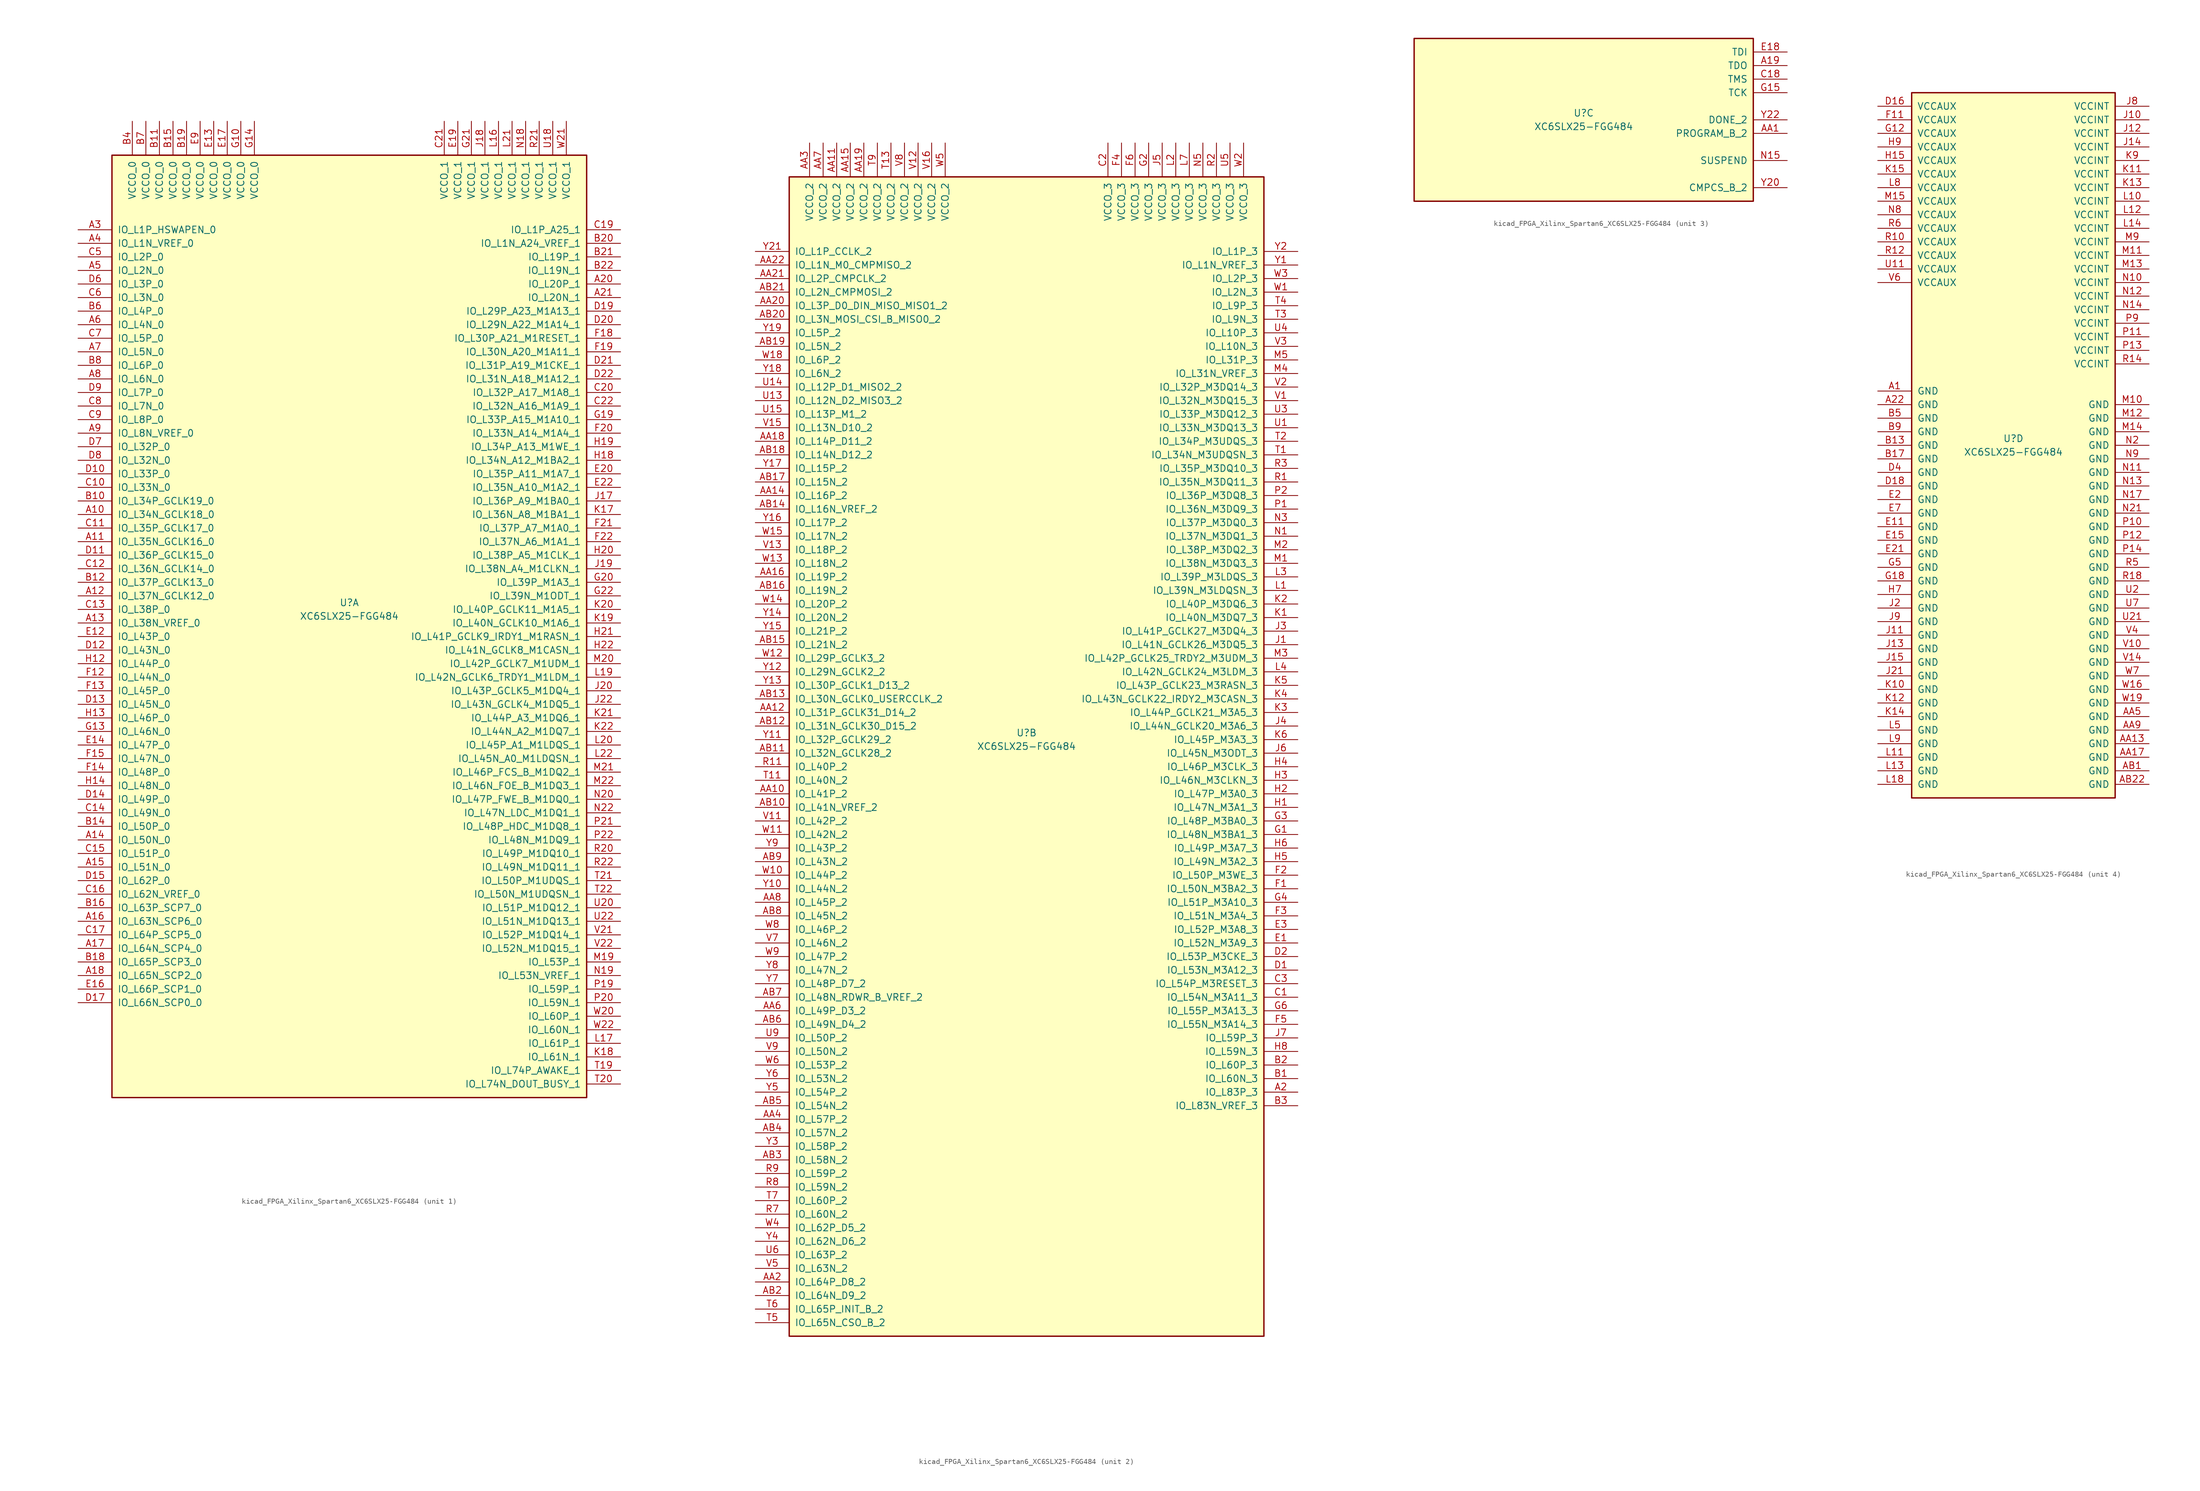
<source format=kicad_sym>
(kicad_symbol_lib
  (version 20220914)
  (generator kicad_symbol_editor)
  (symbol "kicad_FPGA_Xilinx_Spartan6_XC6SLX25-FGG484"
    (pin_names
      (offset 1.016))
    (property "Reference" "U"
      (at 0 1.27 0)
      (effects (font (size 1.27 1.27))))
    (property "Value" "XC6SLX25-FGG484"
      (at 0 -1.27 0)
      (effects (font (size 1.27 1.27))))
    (property "Datasheet" ""
      (at 0 0 0)
      (effects (font (size 1.27 1.27))))
    (property "ki_locked" ""
      (at 0 0 0)
      (effects (font (size 1.27 1.27))))
    (symbol "kicad_FPGA_Xilinx_Spartan6_XC6SLX25-FGG484_1_1"
      (rectangle (start -44.45 85.09) (end 44.45 -91.44) (stroke (width 0.254) (type default)) (fill (type background)))
      (pin bidirectional line (at -50.8 17.78 0) (length 6.35) (name "IO_L34N_GCLK18_0" (effects (font (size 1.27 1.27)))) (number "A10" (effects (font (size 1.27 1.27)))))
      (pin bidirectional line (at -50.8 12.7 0) (length 6.35) (name "IO_L35N_GCLK16_0" (effects (font (size 1.27 1.27)))) (number "A11" (effects (font (size 1.27 1.27)))))
      (pin bidirectional line (at -50.8 2.54 0) (length 6.35) (name "IO_L37N_GCLK12_0" (effects (font (size 1.27 1.27)))) (number "A12" (effects (font (size 1.27 1.27)))))
      (pin bidirectional line (at -50.8 -2.54 0) (length 6.35) (name "IO_L38N_VREF_0" (effects (font (size 1.27 1.27)))) (number "A13" (effects (font (size 1.27 1.27)))))
      (pin bidirectional line (at -50.8 -43.18 0) (length 6.35) (name "IO_L50N_0" (effects (font (size 1.27 1.27)))) (number "A14" (effects (font (size 1.27 1.27)))))
      (pin bidirectional line (at -50.8 -48.26 0) (length 6.35) (name "IO_L51N_0" (effects (font (size 1.27 1.27)))) (number "A15" (effects (font (size 1.27 1.27)))))
      (pin bidirectional line (at -50.8 -58.42 0) (length 6.35) (name "IO_L63N_SCP6_0" (effects (font (size 1.27 1.27)))) (number "A16" (effects (font (size 1.27 1.27)))))
      (pin bidirectional line (at -50.8 -63.5 0) (length 6.35) (name "IO_L64N_SCP4_0" (effects (font (size 1.27 1.27)))) (number "A17" (effects (font (size 1.27 1.27)))))
      (pin bidirectional line (at -50.8 -68.58 0) (length 6.35) (name "IO_L65N_SCP2_0" (effects (font (size 1.27 1.27)))) (number "A18" (effects (font (size 1.27 1.27)))))
      (pin bidirectional line (at 50.8 60.96 180) (length 6.35) (name "IO_L20P_1" (effects (font (size 1.27 1.27)))) (number "A20" (effects (font (size 1.27 1.27)))))
      (pin bidirectional line (at 50.8 58.42 180) (length 6.35) (name "IO_L20N_1" (effects (font (size 1.27 1.27)))) (number "A21" (effects (font (size 1.27 1.27)))))
      (pin bidirectional line (at -50.8 71.12 0) (length 6.35) (name "IO_L1P_HSWAPEN_0" (effects (font (size 1.27 1.27)))) (number "A3" (effects (font (size 1.27 1.27)))))
      (pin bidirectional line (at -50.8 68.58 0) (length 6.35) (name "IO_L1N_VREF_0" (effects (font (size 1.27 1.27)))) (number "A4" (effects (font (size 1.27 1.27)))))
      (pin bidirectional line (at -50.8 63.5 0) (length 6.35) (name "IO_L2N_0" (effects (font (size 1.27 1.27)))) (number "A5" (effects (font (size 1.27 1.27)))))
      (pin bidirectional line (at -50.8 53.34 0) (length 6.35) (name "IO_L4N_0" (effects (font (size 1.27 1.27)))) (number "A6" (effects (font (size 1.27 1.27)))))
      (pin bidirectional line (at -50.8 48.26 0) (length 6.35) (name "IO_L5N_0" (effects (font (size 1.27 1.27)))) (number "A7" (effects (font (size 1.27 1.27)))))
      (pin bidirectional line (at -50.8 43.18 0) (length 6.35) (name "IO_L6N_0" (effects (font (size 1.27 1.27)))) (number "A8" (effects (font (size 1.27 1.27)))))
      (pin bidirectional line (at -50.8 33.02 0) (length 6.35) (name "IO_L8N_VREF_0" (effects (font (size 1.27 1.27)))) (number "A9" (effects (font (size 1.27 1.27)))))
      (pin bidirectional line (at -50.8 20.32 0) (length 6.35) (name "IO_L34P_GCLK19_0" (effects (font (size 1.27 1.27)))) (number "B10" (effects (font (size 1.27 1.27)))))
      (pin power_in line (at -35.56 91.44 270) (length 6.35) (name "VCCO_0" (effects (font (size 1.27 1.27)))) (number "B11" (effects (font (size 1.27 1.27)))))
      (pin bidirectional line (at -50.8 5.08 0) (length 6.35) (name "IO_L37P_GCLK13_0" (effects (font (size 1.27 1.27)))) (number "B12" (effects (font (size 1.27 1.27)))))
      (pin bidirectional line (at -50.8 -40.64 0) (length 6.35) (name "IO_L50P_0" (effects (font (size 1.27 1.27)))) (number "B14" (effects (font (size 1.27 1.27)))))
      (pin power_in line (at -33.02 91.44 270) (length 6.35) (name "VCCO_0" (effects (font (size 1.27 1.27)))) (number "B15" (effects (font (size 1.27 1.27)))))
      (pin bidirectional line (at -50.8 -55.88 0) (length 6.35) (name "IO_L63P_SCP7_0" (effects (font (size 1.27 1.27)))) (number "B16" (effects (font (size 1.27 1.27)))))
      (pin bidirectional line (at -50.8 -66.04 0) (length 6.35) (name "IO_L65P_SCP3_0" (effects (font (size 1.27 1.27)))) (number "B18" (effects (font (size 1.27 1.27)))))
      (pin power_in line (at -30.48 91.44 270) (length 6.35) (name "VCCO_0" (effects (font (size 1.27 1.27)))) (number "B19" (effects (font (size 1.27 1.27)))))
      (pin bidirectional line (at 50.8 68.58 180) (length 6.35) (name "IO_L1N_A24_VREF_1" (effects (font (size 1.27 1.27)))) (number "B20" (effects (font (size 1.27 1.27)))))
      (pin bidirectional line (at 50.8 66.04 180) (length 6.35) (name "IO_L19P_1" (effects (font (size 1.27 1.27)))) (number "B21" (effects (font (size 1.27 1.27)))))
      (pin bidirectional line (at 50.8 63.5 180) (length 6.35) (name "IO_L19N_1" (effects (font (size 1.27 1.27)))) (number "B22" (effects (font (size 1.27 1.27)))))
      (pin power_in line (at -40.64 91.44 270) (length 6.35) (name "VCCO_0" (effects (font (size 1.27 1.27)))) (number "B4" (effects (font (size 1.27 1.27)))))
      (pin bidirectional line (at -50.8 55.88 0) (length 6.35) (name "IO_L4P_0" (effects (font (size 1.27 1.27)))) (number "B6" (effects (font (size 1.27 1.27)))))
      (pin power_in line (at -38.1 91.44 270) (length 6.35) (name "VCCO_0" (effects (font (size 1.27 1.27)))) (number "B7" (effects (font (size 1.27 1.27)))))
      (pin bidirectional line (at -50.8 45.72 0) (length 6.35) (name "IO_L6P_0" (effects (font (size 1.27 1.27)))) (number "B8" (effects (font (size 1.27 1.27)))))
      (pin bidirectional line (at -50.8 22.86 0) (length 6.35) (name "IO_L33N_0" (effects (font (size 1.27 1.27)))) (number "C10" (effects (font (size 1.27 1.27)))))
      (pin bidirectional line (at -50.8 15.24 0) (length 6.35) (name "IO_L35P_GCLK17_0" (effects (font (size 1.27 1.27)))) (number "C11" (effects (font (size 1.27 1.27)))))
      (pin bidirectional line (at -50.8 7.62 0) (length 6.35) (name "IO_L36N_GCLK14_0" (effects (font (size 1.27 1.27)))) (number "C12" (effects (font (size 1.27 1.27)))))
      (pin bidirectional line (at -50.8 0 0) (length 6.35) (name "IO_L38P_0" (effects (font (size 1.27 1.27)))) (number "C13" (effects (font (size 1.27 1.27)))))
      (pin bidirectional line (at -50.8 -38.1 0) (length 6.35) (name "IO_L49N_0" (effects (font (size 1.27 1.27)))) (number "C14" (effects (font (size 1.27 1.27)))))
      (pin bidirectional line (at -50.8 -45.72 0) (length 6.35) (name "IO_L51P_0" (effects (font (size 1.27 1.27)))) (number "C15" (effects (font (size 1.27 1.27)))))
      (pin bidirectional line (at -50.8 -53.34 0) (length 6.35) (name "IO_L62N_VREF_0" (effects (font (size 1.27 1.27)))) (number "C16" (effects (font (size 1.27 1.27)))))
      (pin bidirectional line (at -50.8 -60.96 0) (length 6.35) (name "IO_L64P_SCP5_0" (effects (font (size 1.27 1.27)))) (number "C17" (effects (font (size 1.27 1.27)))))
      (pin bidirectional line (at 50.8 71.12 180) (length 6.35) (name "IO_L1P_A25_1" (effects (font (size 1.27 1.27)))) (number "C19" (effects (font (size 1.27 1.27)))))
      (pin bidirectional line (at 50.8 40.64 180) (length 6.35) (name "IO_L32P_A17_M1A8_1" (effects (font (size 1.27 1.27)))) (number "C20" (effects (font (size 1.27 1.27)))))
      (pin power_in line (at 17.78 91.44 270) (length 6.35) (name "VCCO_1" (effects (font (size 1.27 1.27)))) (number "C21" (effects (font (size 1.27 1.27)))))
      (pin bidirectional line (at 50.8 38.1 180) (length 6.35) (name "IO_L32N_A16_M1A9_1" (effects (font (size 1.27 1.27)))) (number "C22" (effects (font (size 1.27 1.27)))))
      (pin bidirectional line (at -50.8 66.04 0) (length 6.35) (name "IO_L2P_0" (effects (font (size 1.27 1.27)))) (number "C5" (effects (font (size 1.27 1.27)))))
      (pin bidirectional line (at -50.8 58.42 0) (length 6.35) (name "IO_L3N_0" (effects (font (size 1.27 1.27)))) (number "C6" (effects (font (size 1.27 1.27)))))
      (pin bidirectional line (at -50.8 50.8 0) (length 6.35) (name "IO_L5P_0" (effects (font (size 1.27 1.27)))) (number "C7" (effects (font (size 1.27 1.27)))))
      (pin bidirectional line (at -50.8 38.1 0) (length 6.35) (name "IO_L7N_0" (effects (font (size 1.27 1.27)))) (number "C8" (effects (font (size 1.27 1.27)))))
      (pin bidirectional line (at -50.8 35.56 0) (length 6.35) (name "IO_L8P_0" (effects (font (size 1.27 1.27)))) (number "C9" (effects (font (size 1.27 1.27)))))
      (pin bidirectional line (at -50.8 25.4 0) (length 6.35) (name "IO_L33P_0" (effects (font (size 1.27 1.27)))) (number "D10" (effects (font (size 1.27 1.27)))))
      (pin bidirectional line (at -50.8 10.16 0) (length 6.35) (name "IO_L36P_GCLK15_0" (effects (font (size 1.27 1.27)))) (number "D11" (effects (font (size 1.27 1.27)))))
      (pin bidirectional line (at -50.8 -7.62 0) (length 6.35) (name "IO_L43N_0" (effects (font (size 1.27 1.27)))) (number "D12" (effects (font (size 1.27 1.27)))))
      (pin bidirectional line (at -50.8 -17.78 0) (length 6.35) (name "IO_L45N_0" (effects (font (size 1.27 1.27)))) (number "D13" (effects (font (size 1.27 1.27)))))
      (pin bidirectional line (at -50.8 -35.56 0) (length 6.35) (name "IO_L49P_0" (effects (font (size 1.27 1.27)))) (number "D14" (effects (font (size 1.27 1.27)))))
      (pin bidirectional line (at -50.8 -50.8 0) (length 6.35) (name "IO_L62P_0" (effects (font (size 1.27 1.27)))) (number "D15" (effects (font (size 1.27 1.27)))))
      (pin bidirectional line (at -50.8 -73.66 0) (length 6.35) (name "IO_L66N_SCP0_0" (effects (font (size 1.27 1.27)))) (number "D17" (effects (font (size 1.27 1.27)))))
      (pin bidirectional line (at 50.8 55.88 180) (length 6.35) (name "IO_L29P_A23_M1A13_1" (effects (font (size 1.27 1.27)))) (number "D19" (effects (font (size 1.27 1.27)))))
      (pin bidirectional line (at 50.8 53.34 180) (length 6.35) (name "IO_L29N_A22_M1A14_1" (effects (font (size 1.27 1.27)))) (number "D20" (effects (font (size 1.27 1.27)))))
      (pin bidirectional line (at 50.8 45.72 180) (length 6.35) (name "IO_L31P_A19_M1CKE_1" (effects (font (size 1.27 1.27)))) (number "D21" (effects (font (size 1.27 1.27)))))
      (pin bidirectional line (at 50.8 43.18 180) (length 6.35) (name "IO_L31N_A18_M1A12_1" (effects (font (size 1.27 1.27)))) (number "D22" (effects (font (size 1.27 1.27)))))
      (pin bidirectional line (at -50.8 60.96 0) (length 6.35) (name "IO_L3P_0" (effects (font (size 1.27 1.27)))) (number "D6" (effects (font (size 1.27 1.27)))))
      (pin bidirectional line (at -50.8 30.48 0) (length 6.35) (name "IO_L32P_0" (effects (font (size 1.27 1.27)))) (number "D7" (effects (font (size 1.27 1.27)))))
      (pin bidirectional line (at -50.8 27.94 0) (length 6.35) (name "IO_L32N_0" (effects (font (size 1.27 1.27)))) (number "D8" (effects (font (size 1.27 1.27)))))
      (pin bidirectional line (at -50.8 40.64 0) (length 6.35) (name "IO_L7P_0" (effects (font (size 1.27 1.27)))) (number "D9" (effects (font (size 1.27 1.27)))))
      (pin bidirectional line (at -50.8 -5.08 0) (length 6.35) (name "IO_L43P_0" (effects (font (size 1.27 1.27)))) (number "E12" (effects (font (size 1.27 1.27)))))
      (pin power_in line (at -25.4 91.44 270) (length 6.35) (name "VCCO_0" (effects (font (size 1.27 1.27)))) (number "E13" (effects (font (size 1.27 1.27)))))
      (pin bidirectional line (at -50.8 -25.4 0) (length 6.35) (name "IO_L47P_0" (effects (font (size 1.27 1.27)))) (number "E14" (effects (font (size 1.27 1.27)))))
      (pin bidirectional line (at -50.8 -71.12 0) (length 6.35) (name "IO_L66P_SCP1_0" (effects (font (size 1.27 1.27)))) (number "E16" (effects (font (size 1.27 1.27)))))
      (pin power_in line (at -22.86 91.44 270) (length 6.35) (name "VCCO_0" (effects (font (size 1.27 1.27)))) (number "E17" (effects (font (size 1.27 1.27)))))
      (pin power_in line (at 20.32 91.44 270) (length 6.35) (name "VCCO_1" (effects (font (size 1.27 1.27)))) (number "E19" (effects (font (size 1.27 1.27)))))
      (pin bidirectional line (at 50.8 25.4 180) (length 6.35) (name "IO_L35P_A11_M1A7_1" (effects (font (size 1.27 1.27)))) (number "E20" (effects (font (size 1.27 1.27)))))
      (pin bidirectional line (at 50.8 22.86 180) (length 6.35) (name "IO_L35N_A10_M1A2_1" (effects (font (size 1.27 1.27)))) (number "E22" (effects (font (size 1.27 1.27)))))
      (pin power_in line (at -27.94 91.44 270) (length 6.35) (name "VCCO_0" (effects (font (size 1.27 1.27)))) (number "E9" (effects (font (size 1.27 1.27)))))
      (pin bidirectional line (at -50.8 -12.7 0) (length 6.35) (name "IO_L44N_0" (effects (font (size 1.27 1.27)))) (number "F12" (effects (font (size 1.27 1.27)))))
      (pin bidirectional line (at -50.8 -15.24 0) (length 6.35) (name "IO_L45P_0" (effects (font (size 1.27 1.27)))) (number "F13" (effects (font (size 1.27 1.27)))))
      (pin bidirectional line (at -50.8 -30.48 0) (length 6.35) (name "IO_L48P_0" (effects (font (size 1.27 1.27)))) (number "F14" (effects (font (size 1.27 1.27)))))
      (pin bidirectional line (at -50.8 -27.94 0) (length 6.35) (name "IO_L47N_0" (effects (font (size 1.27 1.27)))) (number "F15" (effects (font (size 1.27 1.27)))))
      (pin bidirectional line (at 50.8 50.8 180) (length 6.35) (name "IO_L30P_A21_M1RESET_1" (effects (font (size 1.27 1.27)))) (number "F18" (effects (font (size 1.27 1.27)))))
      (pin bidirectional line (at 50.8 48.26 180) (length 6.35) (name "IO_L30N_A20_M1A11_1" (effects (font (size 1.27 1.27)))) (number "F19" (effects (font (size 1.27 1.27)))))
      (pin bidirectional line (at 50.8 33.02 180) (length 6.35) (name "IO_L33N_A14_M1A4_1" (effects (font (size 1.27 1.27)))) (number "F20" (effects (font (size 1.27 1.27)))))
      (pin bidirectional line (at 50.8 15.24 180) (length 6.35) (name "IO_L37P_A7_M1A0_1" (effects (font (size 1.27 1.27)))) (number "F21" (effects (font (size 1.27 1.27)))))
      (pin bidirectional line (at 50.8 12.7 180) (length 6.35) (name "IO_L37N_A6_M1A1_1" (effects (font (size 1.27 1.27)))) (number "F22" (effects (font (size 1.27 1.27)))))
      (pin power_in line (at -20.32 91.44 270) (length 6.35) (name "VCCO_0" (effects (font (size 1.27 1.27)))) (number "G10" (effects (font (size 1.27 1.27)))))
      (pin bidirectional line (at -50.8 -22.86 0) (length 6.35) (name "IO_L46N_0" (effects (font (size 1.27 1.27)))) (number "G13" (effects (font (size 1.27 1.27)))))
      (pin power_in line (at -17.78 91.44 270) (length 6.35) (name "VCCO_0" (effects (font (size 1.27 1.27)))) (number "G14" (effects (font (size 1.27 1.27)))))
      (pin bidirectional line (at 50.8 35.56 180) (length 6.35) (name "IO_L33P_A15_M1A10_1" (effects (font (size 1.27 1.27)))) (number "G19" (effects (font (size 1.27 1.27)))))
      (pin bidirectional line (at 50.8 5.08 180) (length 6.35) (name "IO_L39P_M1A3_1" (effects (font (size 1.27 1.27)))) (number "G20" (effects (font (size 1.27 1.27)))))
      (pin power_in line (at 22.86 91.44 270) (length 6.35) (name "VCCO_1" (effects (font (size 1.27 1.27)))) (number "G21" (effects (font (size 1.27 1.27)))))
      (pin bidirectional line (at 50.8 2.54 180) (length 6.35) (name "IO_L39N_M1ODT_1" (effects (font (size 1.27 1.27)))) (number "G22" (effects (font (size 1.27 1.27)))))
      (pin bidirectional line (at -50.8 -10.16 0) (length 6.35) (name "IO_L44P_0" (effects (font (size 1.27 1.27)))) (number "H12" (effects (font (size 1.27 1.27)))))
      (pin bidirectional line (at -50.8 -20.32 0) (length 6.35) (name "IO_L46P_0" (effects (font (size 1.27 1.27)))) (number "H13" (effects (font (size 1.27 1.27)))))
      (pin bidirectional line (at -50.8 -33.02 0) (length 6.35) (name "IO_L48N_0" (effects (font (size 1.27 1.27)))) (number "H14" (effects (font (size 1.27 1.27)))))
      (pin bidirectional line (at 50.8 27.94 180) (length 6.35) (name "IO_L34N_A12_M1BA2_1" (effects (font (size 1.27 1.27)))) (number "H18" (effects (font (size 1.27 1.27)))))
      (pin bidirectional line (at 50.8 30.48 180) (length 6.35) (name "IO_L34P_A13_M1WE_1" (effects (font (size 1.27 1.27)))) (number "H19" (effects (font (size 1.27 1.27)))))
      (pin bidirectional line (at 50.8 10.16 180) (length 6.35) (name "IO_L38P_A5_M1CLK_1" (effects (font (size 1.27 1.27)))) (number "H20" (effects (font (size 1.27 1.27)))))
      (pin bidirectional line (at 50.8 -5.08 180) (length 6.35) (name "IO_L41P_GCLK9_IRDY1_M1RASN_1" (effects (font (size 1.27 1.27)))) (number "H21" (effects (font (size 1.27 1.27)))))
      (pin bidirectional line (at 50.8 -7.62 180) (length 6.35) (name "IO_L41N_GCLK8_M1CASN_1" (effects (font (size 1.27 1.27)))) (number "H22" (effects (font (size 1.27 1.27)))))
      (pin bidirectional line (at 50.8 20.32 180) (length 6.35) (name "IO_L36P_A9_M1BA0_1" (effects (font (size 1.27 1.27)))) (number "J17" (effects (font (size 1.27 1.27)))))
      (pin power_in line (at 25.4 91.44 270) (length 6.35) (name "VCCO_1" (effects (font (size 1.27 1.27)))) (number "J18" (effects (font (size 1.27 1.27)))))
      (pin bidirectional line (at 50.8 7.62 180) (length 6.35) (name "IO_L38N_A4_M1CLKN_1" (effects (font (size 1.27 1.27)))) (number "J19" (effects (font (size 1.27 1.27)))))
      (pin bidirectional line (at 50.8 -15.24 180) (length 6.35) (name "IO_L43P_GCLK5_M1DQ4_1" (effects (font (size 1.27 1.27)))) (number "J20" (effects (font (size 1.27 1.27)))))
      (pin bidirectional line (at 50.8 -17.78 180) (length 6.35) (name "IO_L43N_GCLK4_M1DQ5_1" (effects (font (size 1.27 1.27)))) (number "J22" (effects (font (size 1.27 1.27)))))
      (pin bidirectional line (at 50.8 17.78 180) (length 6.35) (name "IO_L36N_A8_M1BA1_1" (effects (font (size 1.27 1.27)))) (number "K17" (effects (font (size 1.27 1.27)))))
      (pin bidirectional line (at 50.8 -83.82 180) (length 6.35) (name "IO_L61N_1" (effects (font (size 1.27 1.27)))) (number "K18" (effects (font (size 1.27 1.27)))))
      (pin bidirectional line (at 50.8 -2.54 180) (length 6.35) (name "IO_L40N_GCLK10_M1A6_1" (effects (font (size 1.27 1.27)))) (number "K19" (effects (font (size 1.27 1.27)))))
      (pin bidirectional line (at 50.8 0 180) (length 6.35) (name "IO_L40P_GCLK11_M1A5_1" (effects (font (size 1.27 1.27)))) (number "K20" (effects (font (size 1.27 1.27)))))
      (pin bidirectional line (at 50.8 -20.32 180) (length 6.35) (name "IO_L44P_A3_M1DQ6_1" (effects (font (size 1.27 1.27)))) (number "K21" (effects (font (size 1.27 1.27)))))
      (pin bidirectional line (at 50.8 -22.86 180) (length 6.35) (name "IO_L44N_A2_M1DQ7_1" (effects (font (size 1.27 1.27)))) (number "K22" (effects (font (size 1.27 1.27)))))
      (pin power_in line (at 27.94 91.44 270) (length 6.35) (name "VCCO_1" (effects (font (size 1.27 1.27)))) (number "L16" (effects (font (size 1.27 1.27)))))
      (pin bidirectional line (at 50.8 -81.28 180) (length 6.35) (name "IO_L61P_1" (effects (font (size 1.27 1.27)))) (number "L17" (effects (font (size 1.27 1.27)))))
      (pin bidirectional line (at 50.8 -12.7 180) (length 6.35) (name "IO_L42N_GCLK6_TRDY1_M1LDM_1" (effects (font (size 1.27 1.27)))) (number "L19" (effects (font (size 1.27 1.27)))))
      (pin bidirectional line (at 50.8 -25.4 180) (length 6.35) (name "IO_L45P_A1_M1LDQS_1" (effects (font (size 1.27 1.27)))) (number "L20" (effects (font (size 1.27 1.27)))))
      (pin power_in line (at 30.48 91.44 270) (length 6.35) (name "VCCO_1" (effects (font (size 1.27 1.27)))) (number "L21" (effects (font (size 1.27 1.27)))))
      (pin bidirectional line (at 50.8 -27.94 180) (length 6.35) (name "IO_L45N_A0_M1LDQSN_1" (effects (font (size 1.27 1.27)))) (number "L22" (effects (font (size 1.27 1.27)))))
      (pin bidirectional line (at 50.8 -66.04 180) (length 6.35) (name "IO_L53P_1" (effects (font (size 1.27 1.27)))) (number "M19" (effects (font (size 1.27 1.27)))))
      (pin bidirectional line (at 50.8 -10.16 180) (length 6.35) (name "IO_L42P_GCLK7_M1UDM_1" (effects (font (size 1.27 1.27)))) (number "M20" (effects (font (size 1.27 1.27)))))
      (pin bidirectional line (at 50.8 -30.48 180) (length 6.35) (name "IO_L46P_FCS_B_M1DQ2_1" (effects (font (size 1.27 1.27)))) (number "M21" (effects (font (size 1.27 1.27)))))
      (pin bidirectional line (at 50.8 -33.02 180) (length 6.35) (name "IO_L46N_FOE_B_M1DQ3_1" (effects (font (size 1.27 1.27)))) (number "M22" (effects (font (size 1.27 1.27)))))
      (pin power_in line (at 33.02 91.44 270) (length 6.35) (name "VCCO_1" (effects (font (size 1.27 1.27)))) (number "N18" (effects (font (size 1.27 1.27)))))
      (pin bidirectional line (at 50.8 -68.58 180) (length 6.35) (name "IO_L53N_VREF_1" (effects (font (size 1.27 1.27)))) (number "N19" (effects (font (size 1.27 1.27)))))
      (pin bidirectional line (at 50.8 -35.56 180) (length 6.35) (name "IO_L47P_FWE_B_M1DQ0_1" (effects (font (size 1.27 1.27)))) (number "N20" (effects (font (size 1.27 1.27)))))
      (pin bidirectional line (at 50.8 -38.1 180) (length 6.35) (name "IO_L47N_LDC_M1DQ1_1" (effects (font (size 1.27 1.27)))) (number "N22" (effects (font (size 1.27 1.27)))))
      (pin bidirectional line (at 50.8 -71.12 180) (length 6.35) (name "IO_L59P_1" (effects (font (size 1.27 1.27)))) (number "P19" (effects (font (size 1.27 1.27)))))
      (pin bidirectional line (at 50.8 -73.66 180) (length 6.35) (name "IO_L59N_1" (effects (font (size 1.27 1.27)))) (number "P20" (effects (font (size 1.27 1.27)))))
      (pin bidirectional line (at 50.8 -40.64 180) (length 6.35) (name "IO_L48P_HDC_M1DQ8_1" (effects (font (size 1.27 1.27)))) (number "P21" (effects (font (size 1.27 1.27)))))
      (pin bidirectional line (at 50.8 -43.18 180) (length 6.35) (name "IO_L48N_M1DQ9_1" (effects (font (size 1.27 1.27)))) (number "P22" (effects (font (size 1.27 1.27)))))
      (pin bidirectional line (at 50.8 -45.72 180) (length 6.35) (name "IO_L49P_M1DQ10_1" (effects (font (size 1.27 1.27)))) (number "R20" (effects (font (size 1.27 1.27)))))
      (pin power_in line (at 35.56 91.44 270) (length 6.35) (name "VCCO_1" (effects (font (size 1.27 1.27)))) (number "R21" (effects (font (size 1.27 1.27)))))
      (pin bidirectional line (at 50.8 -48.26 180) (length 6.35) (name "IO_L49N_M1DQ11_1" (effects (font (size 1.27 1.27)))) (number "R22" (effects (font (size 1.27 1.27)))))
      (pin bidirectional line (at 50.8 -86.36 180) (length 6.35) (name "IO_L74P_AWAKE_1" (effects (font (size 1.27 1.27)))) (number "T19" (effects (font (size 1.27 1.27)))))
      (pin bidirectional line (at 50.8 -88.9 180) (length 6.35) (name "IO_L74N_DOUT_BUSY_1" (effects (font (size 1.27 1.27)))) (number "T20" (effects (font (size 1.27 1.27)))))
      (pin bidirectional line (at 50.8 -50.8 180) (length 6.35) (name "IO_L50P_M1UDQS_1" (effects (font (size 1.27 1.27)))) (number "T21" (effects (font (size 1.27 1.27)))))
      (pin bidirectional line (at 50.8 -53.34 180) (length 6.35) (name "IO_L50N_M1UDQSN_1" (effects (font (size 1.27 1.27)))) (number "T22" (effects (font (size 1.27 1.27)))))
      (pin power_in line (at 38.1 91.44 270) (length 6.35) (name "VCCO_1" (effects (font (size 1.27 1.27)))) (number "U18" (effects (font (size 1.27 1.27)))))
      (pin bidirectional line (at 50.8 -55.88 180) (length 6.35) (name "IO_L51P_M1DQ12_1" (effects (font (size 1.27 1.27)))) (number "U20" (effects (font (size 1.27 1.27)))))
      (pin bidirectional line (at 50.8 -58.42 180) (length 6.35) (name "IO_L51N_M1DQ13_1" (effects (font (size 1.27 1.27)))) (number "U22" (effects (font (size 1.27 1.27)))))
      (pin bidirectional line (at 50.8 -60.96 180) (length 6.35) (name "IO_L52P_M1DQ14_1" (effects (font (size 1.27 1.27)))) (number "V21" (effects (font (size 1.27 1.27)))))
      (pin bidirectional line (at 50.8 -63.5 180) (length 6.35) (name "IO_L52N_M1DQ15_1" (effects (font (size 1.27 1.27)))) (number "V22" (effects (font (size 1.27 1.27)))))
      (pin bidirectional line (at 50.8 -76.2 180) (length 6.35) (name "IO_L60P_1" (effects (font (size 1.27 1.27)))) (number "W20" (effects (font (size 1.27 1.27)))))
      (pin power_in line (at 40.64 91.44 270) (length 6.35) (name "VCCO_1" (effects (font (size 1.27 1.27)))) (number "W21" (effects (font (size 1.27 1.27)))))
      (pin bidirectional line (at 50.8 -78.74 180) (length 6.35) (name "IO_L60N_1" (effects (font (size 1.27 1.27)))) (number "W22" (effects (font (size 1.27 1.27))))))
    (symbol "kicad_FPGA_Xilinx_Spartan6_XC6SLX25-FGG484_2_1"
      (rectangle (start -44.45 105.41) (end 44.45 -111.76) (stroke (width 0.254) (type default)) (fill (type background)))
      (pin bidirectional line (at 50.8 -66.04 180) (length 6.35) (name "IO_L83P_3" (effects (font (size 1.27 1.27)))) (number "A2" (effects (font (size 1.27 1.27)))))
      (pin bidirectional line (at -50.8 -10.16 0) (length 6.35) (name "IO_L41P_2" (effects (font (size 1.27 1.27)))) (number "AA10" (effects (font (size 1.27 1.27)))))
      (pin power_in line (at -35.56 111.76 270) (length 6.35) (name "VCCO_2" (effects (font (size 1.27 1.27)))) (number "AA11" (effects (font (size 1.27 1.27)))))
      (pin bidirectional line (at -50.8 5.08 0) (length 6.35) (name "IO_L31P_GCLK31_D14_2" (effects (font (size 1.27 1.27)))) (number "AA12" (effects (font (size 1.27 1.27)))))
      (pin bidirectional line (at -50.8 45.72 0) (length 6.35) (name "IO_L16P_2" (effects (font (size 1.27 1.27)))) (number "AA14" (effects (font (size 1.27 1.27)))))
      (pin power_in line (at -33.02 111.76 270) (length 6.35) (name "VCCO_2" (effects (font (size 1.27 1.27)))) (number "AA15" (effects (font (size 1.27 1.27)))))
      (pin bidirectional line (at -50.8 30.48 0) (length 6.35) (name "IO_L19P_2" (effects (font (size 1.27 1.27)))) (number "AA16" (effects (font (size 1.27 1.27)))))
      (pin bidirectional line (at -50.8 55.88 0) (length 6.35) (name "IO_L14P_D11_2" (effects (font (size 1.27 1.27)))) (number "AA18" (effects (font (size 1.27 1.27)))))
      (pin power_in line (at -30.48 111.76 270) (length 6.35) (name "VCCO_2" (effects (font (size 1.27 1.27)))) (number "AA19" (effects (font (size 1.27 1.27)))))
      (pin bidirectional line (at -50.8 -101.6 0) (length 6.35) (name "IO_L64P_D8_2" (effects (font (size 1.27 1.27)))) (number "AA2" (effects (font (size 1.27 1.27)))))
      (pin bidirectional line (at -50.8 81.28 0) (length 6.35) (name "IO_L3P_D0_DIN_MISO_MISO1_2" (effects (font (size 1.27 1.27)))) (number "AA20" (effects (font (size 1.27 1.27)))))
      (pin bidirectional line (at -50.8 86.36 0) (length 6.35) (name "IO_L2P_CMPCLK_2" (effects (font (size 1.27 1.27)))) (number "AA21" (effects (font (size 1.27 1.27)))))
      (pin bidirectional line (at -50.8 88.9 0) (length 6.35) (name "IO_L1N_M0_CMPMISO_2" (effects (font (size 1.27 1.27)))) (number "AA22" (effects (font (size 1.27 1.27)))))
      (pin power_in line (at -40.64 111.76 270) (length 6.35) (name "VCCO_2" (effects (font (size 1.27 1.27)))) (number "AA3" (effects (font (size 1.27 1.27)))))
      (pin bidirectional line (at -50.8 -71.12 0) (length 6.35) (name "IO_L57P_2" (effects (font (size 1.27 1.27)))) (number "AA4" (effects (font (size 1.27 1.27)))))
      (pin bidirectional line (at -50.8 -50.8 0) (length 6.35) (name "IO_L49P_D3_2" (effects (font (size 1.27 1.27)))) (number "AA6" (effects (font (size 1.27 1.27)))))
      (pin power_in line (at -38.1 111.76 270) (length 6.35) (name "VCCO_2" (effects (font (size 1.27 1.27)))) (number "AA7" (effects (font (size 1.27 1.27)))))
      (pin bidirectional line (at -50.8 -30.48 0) (length 6.35) (name "IO_L45P_2" (effects (font (size 1.27 1.27)))) (number "AA8" (effects (font (size 1.27 1.27)))))
      (pin bidirectional line (at -50.8 -12.7 0) (length 6.35) (name "IO_L41N_VREF_2" (effects (font (size 1.27 1.27)))) (number "AB10" (effects (font (size 1.27 1.27)))))
      (pin bidirectional line (at -50.8 -2.54 0) (length 6.35) (name "IO_L32N_GCLK28_2" (effects (font (size 1.27 1.27)))) (number "AB11" (effects (font (size 1.27 1.27)))))
      (pin bidirectional line (at -50.8 2.54 0) (length 6.35) (name "IO_L31N_GCLK30_D15_2" (effects (font (size 1.27 1.27)))) (number "AB12" (effects (font (size 1.27 1.27)))))
      (pin bidirectional line (at -50.8 7.62 0) (length 6.35) (name "IO_L30N_GCLK0_USERCCLK_2" (effects (font (size 1.27 1.27)))) (number "AB13" (effects (font (size 1.27 1.27)))))
      (pin bidirectional line (at -50.8 43.18 0) (length 6.35) (name "IO_L16N_VREF_2" (effects (font (size 1.27 1.27)))) (number "AB14" (effects (font (size 1.27 1.27)))))
      (pin bidirectional line (at -50.8 17.78 0) (length 6.35) (name "IO_L21N_2" (effects (font (size 1.27 1.27)))) (number "AB15" (effects (font (size 1.27 1.27)))))
      (pin bidirectional line (at -50.8 27.94 0) (length 6.35) (name "IO_L19N_2" (effects (font (size 1.27 1.27)))) (number "AB16" (effects (font (size 1.27 1.27)))))
      (pin bidirectional line (at -50.8 48.26 0) (length 6.35) (name "IO_L15N_2" (effects (font (size 1.27 1.27)))) (number "AB17" (effects (font (size 1.27 1.27)))))
      (pin bidirectional line (at -50.8 53.34 0) (length 6.35) (name "IO_L14N_D12_2" (effects (font (size 1.27 1.27)))) (number "AB18" (effects (font (size 1.27 1.27)))))
      (pin bidirectional line (at -50.8 73.66 0) (length 6.35) (name "IO_L5N_2" (effects (font (size 1.27 1.27)))) (number "AB19" (effects (font (size 1.27 1.27)))))
      (pin bidirectional line (at -50.8 -104.14 0) (length 6.35) (name "IO_L64N_D9_2" (effects (font (size 1.27 1.27)))) (number "AB2" (effects (font (size 1.27 1.27)))))
      (pin bidirectional line (at -50.8 78.74 0) (length 6.35) (name "IO_L3N_MOSI_CSI_B_MISO0_2" (effects (font (size 1.27 1.27)))) (number "AB20" (effects (font (size 1.27 1.27)))))
      (pin bidirectional line (at -50.8 83.82 0) (length 6.35) (name "IO_L2N_CMPMOSI_2" (effects (font (size 1.27 1.27)))) (number "AB21" (effects (font (size 1.27 1.27)))))
      (pin bidirectional line (at -50.8 -78.74 0) (length 6.35) (name "IO_L58N_2" (effects (font (size 1.27 1.27)))) (number "AB3" (effects (font (size 1.27 1.27)))))
      (pin bidirectional line (at -50.8 -73.66 0) (length 6.35) (name "IO_L57N_2" (effects (font (size 1.27 1.27)))) (number "AB4" (effects (font (size 1.27 1.27)))))
      (pin bidirectional line (at -50.8 -68.58 0) (length 6.35) (name "IO_L54N_2" (effects (font (size 1.27 1.27)))) (number "AB5" (effects (font (size 1.27 1.27)))))
      (pin bidirectional line (at -50.8 -53.34 0) (length 6.35) (name "IO_L49N_D4_2" (effects (font (size 1.27 1.27)))) (number "AB6" (effects (font (size 1.27 1.27)))))
      (pin bidirectional line (at -50.8 -48.26 0) (length 6.35) (name "IO_L48N_RDWR_B_VREF_2" (effects (font (size 1.27 1.27)))) (number "AB7" (effects (font (size 1.27 1.27)))))
      (pin bidirectional line (at -50.8 -33.02 0) (length 6.35) (name "IO_L45N_2" (effects (font (size 1.27 1.27)))) (number "AB8" (effects (font (size 1.27 1.27)))))
      (pin bidirectional line (at -50.8 -22.86 0) (length 6.35) (name "IO_L43N_2" (effects (font (size 1.27 1.27)))) (number "AB9" (effects (font (size 1.27 1.27)))))
      (pin bidirectional line (at 50.8 -63.5 180) (length 6.35) (name "IO_L60N_3" (effects (font (size 1.27 1.27)))) (number "B1" (effects (font (size 1.27 1.27)))))
      (pin bidirectional line (at 50.8 -60.96 180) (length 6.35) (name "IO_L60P_3" (effects (font (size 1.27 1.27)))) (number "B2" (effects (font (size 1.27 1.27)))))
      (pin bidirectional line (at 50.8 -68.58 180) (length 6.35) (name "IO_L83N_VREF_3" (effects (font (size 1.27 1.27)))) (number "B3" (effects (font (size 1.27 1.27)))))
      (pin bidirectional line (at 50.8 -48.26 180) (length 6.35) (name "IO_L54N_M3A11_3" (effects (font (size 1.27 1.27)))) (number "C1" (effects (font (size 1.27 1.27)))))
      (pin power_in line (at 15.24 111.76 270) (length 6.35) (name "VCCO_3" (effects (font (size 1.27 1.27)))) (number "C2" (effects (font (size 1.27 1.27)))))
      (pin bidirectional line (at 50.8 -45.72 180) (length 6.35) (name "IO_L54P_M3RESET_3" (effects (font (size 1.27 1.27)))) (number "C3" (effects (font (size 1.27 1.27)))))
      (pin bidirectional line (at 50.8 -43.18 180) (length 6.35) (name "IO_L53N_M3A12_3" (effects (font (size 1.27 1.27)))) (number "D1" (effects (font (size 1.27 1.27)))))
      (pin bidirectional line (at 50.8 -40.64 180) (length 6.35) (name "IO_L53P_M3CKE_3" (effects (font (size 1.27 1.27)))) (number "D2" (effects (font (size 1.27 1.27)))))
      (pin bidirectional line (at 50.8 -38.1 180) (length 6.35) (name "IO_L52N_M3A9_3" (effects (font (size 1.27 1.27)))) (number "E1" (effects (font (size 1.27 1.27)))))
      (pin bidirectional line (at 50.8 -35.56 180) (length 6.35) (name "IO_L52P_M3A8_3" (effects (font (size 1.27 1.27)))) (number "E3" (effects (font (size 1.27 1.27)))))
      (pin bidirectional line (at 50.8 -27.94 180) (length 6.35) (name "IO_L50N_M3BA2_3" (effects (font (size 1.27 1.27)))) (number "F1" (effects (font (size 1.27 1.27)))))
      (pin bidirectional line (at 50.8 -25.4 180) (length 6.35) (name "IO_L50P_M3WE_3" (effects (font (size 1.27 1.27)))) (number "F2" (effects (font (size 1.27 1.27)))))
      (pin bidirectional line (at 50.8 -33.02 180) (length 6.35) (name "IO_L51N_M3A4_3" (effects (font (size 1.27 1.27)))) (number "F3" (effects (font (size 1.27 1.27)))))
      (pin power_in line (at 17.78 111.76 270) (length 6.35) (name "VCCO_3" (effects (font (size 1.27 1.27)))) (number "F4" (effects (font (size 1.27 1.27)))))
      (pin bidirectional line (at 50.8 -53.34 180) (length 6.35) (name "IO_L55N_M3A14_3" (effects (font (size 1.27 1.27)))) (number "F5" (effects (font (size 1.27 1.27)))))
      (pin power_in line (at 20.32 111.76 270) (length 6.35) (name "VCCO_3" (effects (font (size 1.27 1.27)))) (number "F6" (effects (font (size 1.27 1.27)))))
      (pin bidirectional line (at 50.8 -17.78 180) (length 6.35) (name "IO_L48N_M3BA1_3" (effects (font (size 1.27 1.27)))) (number "G1" (effects (font (size 1.27 1.27)))))
      (pin power_in line (at 22.86 111.76 270) (length 6.35) (name "VCCO_3" (effects (font (size 1.27 1.27)))) (number "G2" (effects (font (size 1.27 1.27)))))
      (pin bidirectional line (at 50.8 -15.24 180) (length 6.35) (name "IO_L48P_M3BA0_3" (effects (font (size 1.27 1.27)))) (number "G3" (effects (font (size 1.27 1.27)))))
      (pin bidirectional line (at 50.8 -30.48 180) (length 6.35) (name "IO_L51P_M3A10_3" (effects (font (size 1.27 1.27)))) (number "G4" (effects (font (size 1.27 1.27)))))
      (pin bidirectional line (at 50.8 -50.8 180) (length 6.35) (name "IO_L55P_M3A13_3" (effects (font (size 1.27 1.27)))) (number "G6" (effects (font (size 1.27 1.27)))))
      (pin bidirectional line (at 50.8 -12.7 180) (length 6.35) (name "IO_L47N_M3A1_3" (effects (font (size 1.27 1.27)))) (number "H1" (effects (font (size 1.27 1.27)))))
      (pin bidirectional line (at 50.8 -10.16 180) (length 6.35) (name "IO_L47P_M3A0_3" (effects (font (size 1.27 1.27)))) (number "H2" (effects (font (size 1.27 1.27)))))
      (pin bidirectional line (at 50.8 -7.62 180) (length 6.35) (name "IO_L46N_M3CLKN_3" (effects (font (size 1.27 1.27)))) (number "H3" (effects (font (size 1.27 1.27)))))
      (pin bidirectional line (at 50.8 -5.08 180) (length 6.35) (name "IO_L46P_M3CLK_3" (effects (font (size 1.27 1.27)))) (number "H4" (effects (font (size 1.27 1.27)))))
      (pin bidirectional line (at 50.8 -22.86 180) (length 6.35) (name "IO_L49N_M3A2_3" (effects (font (size 1.27 1.27)))) (number "H5" (effects (font (size 1.27 1.27)))))
      (pin bidirectional line (at 50.8 -20.32 180) (length 6.35) (name "IO_L49P_M3A7_3" (effects (font (size 1.27 1.27)))) (number "H6" (effects (font (size 1.27 1.27)))))
      (pin bidirectional line (at 50.8 -58.42 180) (length 6.35) (name "IO_L59N_3" (effects (font (size 1.27 1.27)))) (number "H8" (effects (font (size 1.27 1.27)))))
      (pin bidirectional line (at 50.8 17.78 180) (length 6.35) (name "IO_L41N_GCLK26_M3DQ5_3" (effects (font (size 1.27 1.27)))) (number "J1" (effects (font (size 1.27 1.27)))))
      (pin bidirectional line (at 50.8 20.32 180) (length 6.35) (name "IO_L41P_GCLK27_M3DQ4_3" (effects (font (size 1.27 1.27)))) (number "J3" (effects (font (size 1.27 1.27)))))
      (pin bidirectional line (at 50.8 2.54 180) (length 6.35) (name "IO_L44N_GCLK20_M3A6_3" (effects (font (size 1.27 1.27)))) (number "J4" (effects (font (size 1.27 1.27)))))
      (pin power_in line (at 25.4 111.76 270) (length 6.35) (name "VCCO_3" (effects (font (size 1.27 1.27)))) (number "J5" (effects (font (size 1.27 1.27)))))
      (pin bidirectional line (at 50.8 -2.54 180) (length 6.35) (name "IO_L45N_M3ODT_3" (effects (font (size 1.27 1.27)))) (number "J6" (effects (font (size 1.27 1.27)))))
      (pin bidirectional line (at 50.8 -55.88 180) (length 6.35) (name "IO_L59P_3" (effects (font (size 1.27 1.27)))) (number "J7" (effects (font (size 1.27 1.27)))))
      (pin bidirectional line (at 50.8 22.86 180) (length 6.35) (name "IO_L40N_M3DQ7_3" (effects (font (size 1.27 1.27)))) (number "K1" (effects (font (size 1.27 1.27)))))
      (pin bidirectional line (at 50.8 25.4 180) (length 6.35) (name "IO_L40P_M3DQ6_3" (effects (font (size 1.27 1.27)))) (number "K2" (effects (font (size 1.27 1.27)))))
      (pin bidirectional line (at 50.8 5.08 180) (length 6.35) (name "IO_L44P_GCLK21_M3A5_3" (effects (font (size 1.27 1.27)))) (number "K3" (effects (font (size 1.27 1.27)))))
      (pin bidirectional line (at 50.8 7.62 180) (length 6.35) (name "IO_L43N_GCLK22_IRDY2_M3CASN_3" (effects (font (size 1.27 1.27)))) (number "K4" (effects (font (size 1.27 1.27)))))
      (pin bidirectional line (at 50.8 10.16 180) (length 6.35) (name "IO_L43P_GCLK23_M3RASN_3" (effects (font (size 1.27 1.27)))) (number "K5" (effects (font (size 1.27 1.27)))))
      (pin bidirectional line (at 50.8 0 180) (length 6.35) (name "IO_L45P_M3A3_3" (effects (font (size 1.27 1.27)))) (number "K6" (effects (font (size 1.27 1.27)))))
      (pin bidirectional line (at 50.8 27.94 180) (length 6.35) (name "IO_L39N_M3LDQSN_3" (effects (font (size 1.27 1.27)))) (number "L1" (effects (font (size 1.27 1.27)))))
      (pin power_in line (at 27.94 111.76 270) (length 6.35) (name "VCCO_3" (effects (font (size 1.27 1.27)))) (number "L2" (effects (font (size 1.27 1.27)))))
      (pin bidirectional line (at 50.8 30.48 180) (length 6.35) (name "IO_L39P_M3LDQS_3" (effects (font (size 1.27 1.27)))) (number "L3" (effects (font (size 1.27 1.27)))))
      (pin bidirectional line (at 50.8 12.7 180) (length 6.35) (name "IO_L42N_GCLK24_M3LDM_3" (effects (font (size 1.27 1.27)))) (number "L4" (effects (font (size 1.27 1.27)))))
      (pin power_in line (at 30.48 111.76 270) (length 6.35) (name "VCCO_3" (effects (font (size 1.27 1.27)))) (number "L7" (effects (font (size 1.27 1.27)))))
      (pin bidirectional line (at 50.8 33.02 180) (length 6.35) (name "IO_L38N_M3DQ3_3" (effects (font (size 1.27 1.27)))) (number "M1" (effects (font (size 1.27 1.27)))))
      (pin bidirectional line (at 50.8 35.56 180) (length 6.35) (name "IO_L38P_M3DQ2_3" (effects (font (size 1.27 1.27)))) (number "M2" (effects (font (size 1.27 1.27)))))
      (pin bidirectional line (at 50.8 15.24 180) (length 6.35) (name "IO_L42P_GCLK25_TRDY2_M3UDM_3" (effects (font (size 1.27 1.27)))) (number "M3" (effects (font (size 1.27 1.27)))))
      (pin bidirectional line (at 50.8 68.58 180) (length 6.35) (name "IO_L31N_VREF_3" (effects (font (size 1.27 1.27)))) (number "M4" (effects (font (size 1.27 1.27)))))
      (pin bidirectional line (at 50.8 71.12 180) (length 6.35) (name "IO_L31P_3" (effects (font (size 1.27 1.27)))) (number "M5" (effects (font (size 1.27 1.27)))))
      (pin bidirectional line (at 50.8 38.1 180) (length 6.35) (name "IO_L37N_M3DQ1_3" (effects (font (size 1.27 1.27)))) (number "N1" (effects (font (size 1.27 1.27)))))
      (pin bidirectional line (at 50.8 40.64 180) (length 6.35) (name "IO_L37P_M3DQ0_3" (effects (font (size 1.27 1.27)))) (number "N3" (effects (font (size 1.27 1.27)))))
      (pin power_in line (at 33.02 111.76 270) (length 6.35) (name "VCCO_3" (effects (font (size 1.27 1.27)))) (number "N5" (effects (font (size 1.27 1.27)))))
      (pin bidirectional line (at 50.8 43.18 180) (length 6.35) (name "IO_L36N_M3DQ9_3" (effects (font (size 1.27 1.27)))) (number "P1" (effects (font (size 1.27 1.27)))))
      (pin bidirectional line (at 50.8 45.72 180) (length 6.35) (name "IO_L36P_M3DQ8_3" (effects (font (size 1.27 1.27)))) (number "P2" (effects (font (size 1.27 1.27)))))
      (pin bidirectional line (at 50.8 48.26 180) (length 6.35) (name "IO_L35N_M3DQ11_3" (effects (font (size 1.27 1.27)))) (number "R1" (effects (font (size 1.27 1.27)))))
      (pin bidirectional line (at -50.8 -5.08 0) (length 6.35) (name "IO_L40P_2" (effects (font (size 1.27 1.27)))) (number "R11" (effects (font (size 1.27 1.27)))))
      (pin power_in line (at 35.56 111.76 270) (length 6.35) (name "VCCO_3" (effects (font (size 1.27 1.27)))) (number "R2" (effects (font (size 1.27 1.27)))))
      (pin bidirectional line (at 50.8 50.8 180) (length 6.35) (name "IO_L35P_M3DQ10_3" (effects (font (size 1.27 1.27)))) (number "R3" (effects (font (size 1.27 1.27)))))
      (pin bidirectional line (at -50.8 -88.9 0) (length 6.35) (name "IO_L60N_2" (effects (font (size 1.27 1.27)))) (number "R7" (effects (font (size 1.27 1.27)))))
      (pin bidirectional line (at -50.8 -83.82 0) (length 6.35) (name "IO_L59N_2" (effects (font (size 1.27 1.27)))) (number "R8" (effects (font (size 1.27 1.27)))))
      (pin bidirectional line (at -50.8 -81.28 0) (length 6.35) (name "IO_L59P_2" (effects (font (size 1.27 1.27)))) (number "R9" (effects (font (size 1.27 1.27)))))
      (pin bidirectional line (at 50.8 53.34 180) (length 6.35) (name "IO_L34N_M3UDQSN_3" (effects (font (size 1.27 1.27)))) (number "T1" (effects (font (size 1.27 1.27)))))
      (pin bidirectional line (at -50.8 -7.62 0) (length 6.35) (name "IO_L40N_2" (effects (font (size 1.27 1.27)))) (number "T11" (effects (font (size 1.27 1.27)))))
      (pin power_in line (at -25.4 111.76 270) (length 6.35) (name "VCCO_2" (effects (font (size 1.27 1.27)))) (number "T13" (effects (font (size 1.27 1.27)))))
      (pin bidirectional line (at 50.8 55.88 180) (length 6.35) (name "IO_L34P_M3UDQS_3" (effects (font (size 1.27 1.27)))) (number "T2" (effects (font (size 1.27 1.27)))))
      (pin bidirectional line (at 50.8 78.74 180) (length 6.35) (name "IO_L9N_3" (effects (font (size 1.27 1.27)))) (number "T3" (effects (font (size 1.27 1.27)))))
      (pin bidirectional line (at 50.8 81.28 180) (length 6.35) (name "IO_L9P_3" (effects (font (size 1.27 1.27)))) (number "T4" (effects (font (size 1.27 1.27)))))
      (pin bidirectional line (at -50.8 -109.22 0) (length 6.35) (name "IO_L65N_CSO_B_2" (effects (font (size 1.27 1.27)))) (number "T5" (effects (font (size 1.27 1.27)))))
      (pin bidirectional line (at -50.8 -106.68 0) (length 6.35) (name "IO_L65P_INIT_B_2" (effects (font (size 1.27 1.27)))) (number "T6" (effects (font (size 1.27 1.27)))))
      (pin bidirectional line (at -50.8 -86.36 0) (length 6.35) (name "IO_L60P_2" (effects (font (size 1.27 1.27)))) (number "T7" (effects (font (size 1.27 1.27)))))
      (pin power_in line (at -27.94 111.76 270) (length 6.35) (name "VCCO_2" (effects (font (size 1.27 1.27)))) (number "T9" (effects (font (size 1.27 1.27)))))
      (pin bidirectional line (at 50.8 58.42 180) (length 6.35) (name "IO_L33N_M3DQ13_3" (effects (font (size 1.27 1.27)))) (number "U1" (effects (font (size 1.27 1.27)))))
      (pin bidirectional line (at -50.8 63.5 0) (length 6.35) (name "IO_L12N_D2_MISO3_2" (effects (font (size 1.27 1.27)))) (number "U13" (effects (font (size 1.27 1.27)))))
      (pin bidirectional line (at -50.8 66.04 0) (length 6.35) (name "IO_L12P_D1_MISO2_2" (effects (font (size 1.27 1.27)))) (number "U14" (effects (font (size 1.27 1.27)))))
      (pin bidirectional line (at -50.8 60.96 0) (length 6.35) (name "IO_L13P_M1_2" (effects (font (size 1.27 1.27)))) (number "U15" (effects (font (size 1.27 1.27)))))
      (pin bidirectional line (at 50.8 60.96 180) (length 6.35) (name "IO_L33P_M3DQ12_3" (effects (font (size 1.27 1.27)))) (number "U3" (effects (font (size 1.27 1.27)))))
      (pin bidirectional line (at 50.8 76.2 180) (length 6.35) (name "IO_L10P_3" (effects (font (size 1.27 1.27)))) (number "U4" (effects (font (size 1.27 1.27)))))
      (pin power_in line (at 38.1 111.76 270) (length 6.35) (name "VCCO_3" (effects (font (size 1.27 1.27)))) (number "U5" (effects (font (size 1.27 1.27)))))
      (pin bidirectional line (at -50.8 -96.52 0) (length 6.35) (name "IO_L63P_2" (effects (font (size 1.27 1.27)))) (number "U6" (effects (font (size 1.27 1.27)))))
      (pin bidirectional line (at -50.8 -55.88 0) (length 6.35) (name "IO_L50P_2" (effects (font (size 1.27 1.27)))) (number "U9" (effects (font (size 1.27 1.27)))))
      (pin bidirectional line (at 50.8 63.5 180) (length 6.35) (name "IO_L32N_M3DQ15_3" (effects (font (size 1.27 1.27)))) (number "V1" (effects (font (size 1.27 1.27)))))
      (pin bidirectional line (at -50.8 -15.24 0) (length 6.35) (name "IO_L42P_2" (effects (font (size 1.27 1.27)))) (number "V11" (effects (font (size 1.27 1.27)))))
      (pin power_in line (at -20.32 111.76 270) (length 6.35) (name "VCCO_2" (effects (font (size 1.27 1.27)))) (number "V12" (effects (font (size 1.27 1.27)))))
      (pin bidirectional line (at -50.8 35.56 0) (length 6.35) (name "IO_L18P_2" (effects (font (size 1.27 1.27)))) (number "V13" (effects (font (size 1.27 1.27)))))
      (pin bidirectional line (at -50.8 58.42 0) (length 6.35) (name "IO_L13N_D10_2" (effects (font (size 1.27 1.27)))) (number "V15" (effects (font (size 1.27 1.27)))))
      (pin power_in line (at -17.78 111.76 270) (length 6.35) (name "VCCO_2" (effects (font (size 1.27 1.27)))) (number "V16" (effects (font (size 1.27 1.27)))))
      (pin bidirectional line (at 50.8 66.04 180) (length 6.35) (name "IO_L32P_M3DQ14_3" (effects (font (size 1.27 1.27)))) (number "V2" (effects (font (size 1.27 1.27)))))
      (pin bidirectional line (at 50.8 73.66 180) (length 6.35) (name "IO_L10N_3" (effects (font (size 1.27 1.27)))) (number "V3" (effects (font (size 1.27 1.27)))))
      (pin bidirectional line (at -50.8 -99.06 0) (length 6.35) (name "IO_L63N_2" (effects (font (size 1.27 1.27)))) (number "V5" (effects (font (size 1.27 1.27)))))
      (pin bidirectional line (at -50.8 -38.1 0) (length 6.35) (name "IO_L46N_2" (effects (font (size 1.27 1.27)))) (number "V7" (effects (font (size 1.27 1.27)))))
      (pin power_in line (at -22.86 111.76 270) (length 6.35) (name "VCCO_2" (effects (font (size 1.27 1.27)))) (number "V8" (effects (font (size 1.27 1.27)))))
      (pin bidirectional line (at -50.8 -58.42 0) (length 6.35) (name "IO_L50N_2" (effects (font (size 1.27 1.27)))) (number "V9" (effects (font (size 1.27 1.27)))))
      (pin bidirectional line (at 50.8 83.82 180) (length 6.35) (name "IO_L2N_3" (effects (font (size 1.27 1.27)))) (number "W1" (effects (font (size 1.27 1.27)))))
      (pin bidirectional line (at -50.8 -25.4 0) (length 6.35) (name "IO_L44P_2" (effects (font (size 1.27 1.27)))) (number "W10" (effects (font (size 1.27 1.27)))))
      (pin bidirectional line (at -50.8 -17.78 0) (length 6.35) (name "IO_L42N_2" (effects (font (size 1.27 1.27)))) (number "W11" (effects (font (size 1.27 1.27)))))
      (pin bidirectional line (at -50.8 15.24 0) (length 6.35) (name "IO_L29P_GCLK3_2" (effects (font (size 1.27 1.27)))) (number "W12" (effects (font (size 1.27 1.27)))))
      (pin bidirectional line (at -50.8 33.02 0) (length 6.35) (name "IO_L18N_2" (effects (font (size 1.27 1.27)))) (number "W13" (effects (font (size 1.27 1.27)))))
      (pin bidirectional line (at -50.8 25.4 0) (length 6.35) (name "IO_L20P_2" (effects (font (size 1.27 1.27)))) (number "W14" (effects (font (size 1.27 1.27)))))
      (pin bidirectional line (at -50.8 38.1 0) (length 6.35) (name "IO_L17N_2" (effects (font (size 1.27 1.27)))) (number "W15" (effects (font (size 1.27 1.27)))))
      (pin bidirectional line (at -50.8 71.12 0) (length 6.35) (name "IO_L6P_2" (effects (font (size 1.27 1.27)))) (number "W18" (effects (font (size 1.27 1.27)))))
      (pin power_in line (at 40.64 111.76 270) (length 6.35) (name "VCCO_3" (effects (font (size 1.27 1.27)))) (number "W2" (effects (font (size 1.27 1.27)))))
      (pin bidirectional line (at 50.8 86.36 180) (length 6.35) (name "IO_L2P_3" (effects (font (size 1.27 1.27)))) (number "W3" (effects (font (size 1.27 1.27)))))
      (pin bidirectional line (at -50.8 -91.44 0) (length 6.35) (name "IO_L62P_D5_2" (effects (font (size 1.27 1.27)))) (number "W4" (effects (font (size 1.27 1.27)))))
      (pin power_in line (at -15.24 111.76 270) (length 6.35) (name "VCCO_2" (effects (font (size 1.27 1.27)))) (number "W5" (effects (font (size 1.27 1.27)))))
      (pin bidirectional line (at -50.8 -60.96 0) (length 6.35) (name "IO_L53P_2" (effects (font (size 1.27 1.27)))) (number "W6" (effects (font (size 1.27 1.27)))))
      (pin bidirectional line (at -50.8 -35.56 0) (length 6.35) (name "IO_L46P_2" (effects (font (size 1.27 1.27)))) (number "W8" (effects (font (size 1.27 1.27)))))
      (pin bidirectional line (at -50.8 -40.64 0) (length 6.35) (name "IO_L47P_2" (effects (font (size 1.27 1.27)))) (number "W9" (effects (font (size 1.27 1.27)))))
      (pin bidirectional line (at 50.8 88.9 180) (length 6.35) (name "IO_L1N_VREF_3" (effects (font (size 1.27 1.27)))) (number "Y1" (effects (font (size 1.27 1.27)))))
      (pin bidirectional line (at -50.8 -27.94 0) (length 6.35) (name "IO_L44N_2" (effects (font (size 1.27 1.27)))) (number "Y10" (effects (font (size 1.27 1.27)))))
      (pin bidirectional line (at -50.8 0 0) (length 6.35) (name "IO_L32P_GCLK29_2" (effects (font (size 1.27 1.27)))) (number "Y11" (effects (font (size 1.27 1.27)))))
      (pin bidirectional line (at -50.8 12.7 0) (length 6.35) (name "IO_L29N_GCLK2_2" (effects (font (size 1.27 1.27)))) (number "Y12" (effects (font (size 1.27 1.27)))))
      (pin bidirectional line (at -50.8 10.16 0) (length 6.35) (name "IO_L30P_GCLK1_D13_2" (effects (font (size 1.27 1.27)))) (number "Y13" (effects (font (size 1.27 1.27)))))
      (pin bidirectional line (at -50.8 22.86 0) (length 6.35) (name "IO_L20N_2" (effects (font (size 1.27 1.27)))) (number "Y14" (effects (font (size 1.27 1.27)))))
      (pin bidirectional line (at -50.8 20.32 0) (length 6.35) (name "IO_L21P_2" (effects (font (size 1.27 1.27)))) (number "Y15" (effects (font (size 1.27 1.27)))))
      (pin bidirectional line (at -50.8 40.64 0) (length 6.35) (name "IO_L17P_2" (effects (font (size 1.27 1.27)))) (number "Y16" (effects (font (size 1.27 1.27)))))
      (pin bidirectional line (at -50.8 50.8 0) (length 6.35) (name "IO_L15P_2" (effects (font (size 1.27 1.27)))) (number "Y17" (effects (font (size 1.27 1.27)))))
      (pin bidirectional line (at -50.8 68.58 0) (length 6.35) (name "IO_L6N_2" (effects (font (size 1.27 1.27)))) (number "Y18" (effects (font (size 1.27 1.27)))))
      (pin bidirectional line (at -50.8 76.2 0) (length 6.35) (name "IO_L5P_2" (effects (font (size 1.27 1.27)))) (number "Y19" (effects (font (size 1.27 1.27)))))
      (pin bidirectional line (at 50.8 91.44 180) (length 6.35) (name "IO_L1P_3" (effects (font (size 1.27 1.27)))) (number "Y2" (effects (font (size 1.27 1.27)))))
      (pin bidirectional line (at -50.8 91.44 0) (length 6.35) (name "IO_L1P_CCLK_2" (effects (font (size 1.27 1.27)))) (number "Y21" (effects (font (size 1.27 1.27)))))
      (pin bidirectional line (at -50.8 -76.2 0) (length 6.35) (name "IO_L58P_2" (effects (font (size 1.27 1.27)))) (number "Y3" (effects (font (size 1.27 1.27)))))
      (pin bidirectional line (at -50.8 -93.98 0) (length 6.35) (name "IO_L62N_D6_2" (effects (font (size 1.27 1.27)))) (number "Y4" (effects (font (size 1.27 1.27)))))
      (pin bidirectional line (at -50.8 -66.04 0) (length 6.35) (name "IO_L54P_2" (effects (font (size 1.27 1.27)))) (number "Y5" (effects (font (size 1.27 1.27)))))
      (pin bidirectional line (at -50.8 -63.5 0) (length 6.35) (name "IO_L53N_2" (effects (font (size 1.27 1.27)))) (number "Y6" (effects (font (size 1.27 1.27)))))
      (pin bidirectional line (at -50.8 -45.72 0) (length 6.35) (name "IO_L48P_D7_2" (effects (font (size 1.27 1.27)))) (number "Y7" (effects (font (size 1.27 1.27)))))
      (pin bidirectional line (at -50.8 -43.18 0) (length 6.35) (name "IO_L47N_2" (effects (font (size 1.27 1.27)))) (number "Y8" (effects (font (size 1.27 1.27)))))
      (pin bidirectional line (at -50.8 -20.32 0) (length 6.35) (name "IO_L43P_2" (effects (font (size 1.27 1.27)))) (number "Y9" (effects (font (size 1.27 1.27))))))
    (symbol "kicad_FPGA_Xilinx_Spartan6_XC6SLX25-FGG484_3_1"
      (rectangle (start -31.75 15.24) (end 31.75 -15.24) (stroke (width 0.254) (type default)) (fill (type background)))
      (pin bidirectional line (at 38.1 10.16 180) (length 6.35) (name "TDO" (effects (font (size 1.27 1.27)))) (number "A19" (effects (font (size 1.27 1.27)))))
      (pin bidirectional line (at 38.1 -2.54 180) (length 6.35) (name "PROGRAM_B_2" (effects (font (size 1.27 1.27)))) (number "AA1" (effects (font (size 1.27 1.27)))))
      (pin bidirectional line (at 38.1 7.62 180) (length 6.35) (name "TMS" (effects (font (size 1.27 1.27)))) (number "C18" (effects (font (size 1.27 1.27)))))
      (pin bidirectional line (at 38.1 12.7 180) (length 6.35) (name "TDI" (effects (font (size 1.27 1.27)))) (number "E18" (effects (font (size 1.27 1.27)))))
      (pin bidirectional line (at 38.1 5.08 180) (length 6.35) (name "TCK" (effects (font (size 1.27 1.27)))) (number "G15" (effects (font (size 1.27 1.27)))))
      (pin bidirectional line (at 38.1 -7.62 180) (length 6.35) (name "SUSPEND" (effects (font (size 1.27 1.27)))) (number "N15" (effects (font (size 1.27 1.27)))))
      (pin bidirectional line (at 38.1 -12.7 180) (length 6.35) (name "CMPCS_B_2" (effects (font (size 1.27 1.27)))) (number "Y20" (effects (font (size 1.27 1.27)))))
      (pin bidirectional line (at 38.1 0 180) (length 6.35) (name "DONE_2" (effects (font (size 1.27 1.27)))) (number "Y22" (effects (font (size 1.27 1.27))))))
    (symbol "kicad_FPGA_Xilinx_Spartan6_XC6SLX25-FGG484_4_1"
      (rectangle (start -19.05 66.04) (end 19.05 -66.04) (stroke (width 0.254) (type default)) (fill (type background)))
      (pin power_in line (at -25.4 10.16 0) (length 6.35) (name "GND" (effects (font (size 1.27 1.27)))) (number "A1" (effects (font (size 1.27 1.27)))))
      (pin power_in line (at -25.4 7.62 0) (length 6.35) (name "GND" (effects (font (size 1.27 1.27)))) (number "A22" (effects (font (size 1.27 1.27)))))
      (pin power_in line (at 25.4 -55.88 180) (length 6.35) (name "GND" (effects (font (size 1.27 1.27)))) (number "AA13" (effects (font (size 1.27 1.27)))))
      (pin power_in line (at 25.4 -58.42 180) (length 6.35) (name "GND" (effects (font (size 1.27 1.27)))) (number "AA17" (effects (font (size 1.27 1.27)))))
      (pin power_in line (at 25.4 -50.8 180) (length 6.35) (name "GND" (effects (font (size 1.27 1.27)))) (number "AA5" (effects (font (size 1.27 1.27)))))
      (pin power_in line (at 25.4 -53.34 180) (length 6.35) (name "GND" (effects (font (size 1.27 1.27)))) (number "AA9" (effects (font (size 1.27 1.27)))))
      (pin power_in line (at 25.4 -60.96 180) (length 6.35) (name "GND" (effects (font (size 1.27 1.27)))) (number "AB1" (effects (font (size 1.27 1.27)))))
      (pin power_in line (at 25.4 -63.5 180) (length 6.35) (name "GND" (effects (font (size 1.27 1.27)))) (number "AB22" (effects (font (size 1.27 1.27)))))
      (pin power_in line (at -25.4 0 0) (length 6.35) (name "GND" (effects (font (size 1.27 1.27)))) (number "B13" (effects (font (size 1.27 1.27)))))
      (pin power_in line (at -25.4 -2.54 0) (length 6.35) (name "GND" (effects (font (size 1.27 1.27)))) (number "B17" (effects (font (size 1.27 1.27)))))
      (pin power_in line (at -25.4 5.08 0) (length 6.35) (name "GND" (effects (font (size 1.27 1.27)))) (number "B5" (effects (font (size 1.27 1.27)))))
      (pin power_in line (at -25.4 2.54 0) (length 6.35) (name "GND" (effects (font (size 1.27 1.27)))) (number "B9" (effects (font (size 1.27 1.27)))))
      (pin power_in line (at -25.4 63.5 0) (length 6.35) (name "VCCAUX" (effects (font (size 1.27 1.27)))) (number "D16" (effects (font (size 1.27 1.27)))))
      (pin power_in line (at -25.4 -7.62 0) (length 6.35) (name "GND" (effects (font (size 1.27 1.27)))) (number "D18" (effects (font (size 1.27 1.27)))))
      (pin power_in line (at -25.4 -5.08 0) (length 6.35) (name "GND" (effects (font (size 1.27 1.27)))) (number "D4" (effects (font (size 1.27 1.27)))))
      (pin power_in line (at -25.4 -15.24 0) (length 6.35) (name "GND" (effects (font (size 1.27 1.27)))) (number "E11" (effects (font (size 1.27 1.27)))))
      (pin power_in line (at -25.4 -17.78 0) (length 6.35) (name "GND" (effects (font (size 1.27 1.27)))) (number "E15" (effects (font (size 1.27 1.27)))))
      (pin power_in line (at -25.4 -10.16 0) (length 6.35) (name "GND" (effects (font (size 1.27 1.27)))) (number "E2" (effects (font (size 1.27 1.27)))))
      (pin power_in line (at -25.4 -20.32 0) (length 6.35) (name "GND" (effects (font (size 1.27 1.27)))) (number "E21" (effects (font (size 1.27 1.27)))))
      (pin power_in line (at -25.4 -12.7 0) (length 6.35) (name "GND" (effects (font (size 1.27 1.27)))) (number "E7" (effects (font (size 1.27 1.27)))))
      (pin power_in line (at -25.4 60.96 0) (length 6.35) (name "VCCAUX" (effects (font (size 1.27 1.27)))) (number "F11" (effects (font (size 1.27 1.27)))))
      (pin power_in line (at -25.4 58.42 0) (length 6.35) (name "VCCAUX" (effects (font (size 1.27 1.27)))) (number "G12" (effects (font (size 1.27 1.27)))))
      (pin power_in line (at -25.4 -25.4 0) (length 6.35) (name "GND" (effects (font (size 1.27 1.27)))) (number "G18" (effects (font (size 1.27 1.27)))))
      (pin power_in line (at -25.4 -22.86 0) (length 6.35) (name "GND" (effects (font (size 1.27 1.27)))) (number "G5" (effects (font (size 1.27 1.27)))))
      (pin power_in line (at -25.4 53.34 0) (length 6.35) (name "VCCAUX" (effects (font (size 1.27 1.27)))) (number "H15" (effects (font (size 1.27 1.27)))))
      (pin power_in line (at -25.4 -27.94 0) (length 6.35) (name "GND" (effects (font (size 1.27 1.27)))) (number "H7" (effects (font (size 1.27 1.27)))))
      (pin power_in line (at -25.4 55.88 0) (length 6.35) (name "VCCAUX" (effects (font (size 1.27 1.27)))) (number "H9" (effects (font (size 1.27 1.27)))))
      (pin power_in line (at 25.4 60.96 180) (length 6.35) (name "VCCINT" (effects (font (size 1.27 1.27)))) (number "J10" (effects (font (size 1.27 1.27)))))
      (pin power_in line (at -25.4 -35.56 0) (length 6.35) (name "GND" (effects (font (size 1.27 1.27)))) (number "J11" (effects (font (size 1.27 1.27)))))
      (pin power_in line (at 25.4 58.42 180) (length 6.35) (name "VCCINT" (effects (font (size 1.27 1.27)))) (number "J12" (effects (font (size 1.27 1.27)))))
      (pin power_in line (at -25.4 -38.1 0) (length 6.35) (name "GND" (effects (font (size 1.27 1.27)))) (number "J13" (effects (font (size 1.27 1.27)))))
      (pin power_in line (at 25.4 55.88 180) (length 6.35) (name "VCCINT" (effects (font (size 1.27 1.27)))) (number "J14" (effects (font (size 1.27 1.27)))))
      (pin power_in line (at -25.4 -40.64 0) (length 6.35) (name "GND" (effects (font (size 1.27 1.27)))) (number "J15" (effects (font (size 1.27 1.27)))))
      (pin power_in line (at -25.4 -30.48 0) (length 6.35) (name "GND" (effects (font (size 1.27 1.27)))) (number "J2" (effects (font (size 1.27 1.27)))))
      (pin power_in line (at -25.4 -43.18 0) (length 6.35) (name "GND" (effects (font (size 1.27 1.27)))) (number "J21" (effects (font (size 1.27 1.27)))))
      (pin power_in line (at 25.4 63.5 180) (length 6.35) (name "VCCINT" (effects (font (size 1.27 1.27)))) (number "J8" (effects (font (size 1.27 1.27)))))
      (pin power_in line (at -25.4 -33.02 0) (length 6.35) (name "GND" (effects (font (size 1.27 1.27)))) (number "J9" (effects (font (size 1.27 1.27)))))
      (pin power_in line (at -25.4 -45.72 0) (length 6.35) (name "GND" (effects (font (size 1.27 1.27)))) (number "K10" (effects (font (size 1.27 1.27)))))
      (pin power_in line (at 25.4 50.8 180) (length 6.35) (name "VCCINT" (effects (font (size 1.27 1.27)))) (number "K11" (effects (font (size 1.27 1.27)))))
      (pin power_in line (at -25.4 -48.26 0) (length 6.35) (name "GND" (effects (font (size 1.27 1.27)))) (number "K12" (effects (font (size 1.27 1.27)))))
      (pin power_in line (at 25.4 48.26 180) (length 6.35) (name "VCCINT" (effects (font (size 1.27 1.27)))) (number "K13" (effects (font (size 1.27 1.27)))))
      (pin power_in line (at -25.4 -50.8 0) (length 6.35) (name "GND" (effects (font (size 1.27 1.27)))) (number "K14" (effects (font (size 1.27 1.27)))))
      (pin power_in line (at -25.4 50.8 0) (length 6.35) (name "VCCAUX" (effects (font (size 1.27 1.27)))) (number "K15" (effects (font (size 1.27 1.27)))))
      (pin power_in line (at 25.4 53.34 180) (length 6.35) (name "VCCINT" (effects (font (size 1.27 1.27)))) (number "K9" (effects (font (size 1.27 1.27)))))
      (pin power_in line (at 25.4 45.72 180) (length 6.35) (name "VCCINT" (effects (font (size 1.27 1.27)))) (number "L10" (effects (font (size 1.27 1.27)))))
      (pin power_in line (at -25.4 -58.42 0) (length 6.35) (name "GND" (effects (font (size 1.27 1.27)))) (number "L11" (effects (font (size 1.27 1.27)))))
      (pin power_in line (at 25.4 43.18 180) (length 6.35) (name "VCCINT" (effects (font (size 1.27 1.27)))) (number "L12" (effects (font (size 1.27 1.27)))))
      (pin power_in line (at -25.4 -60.96 0) (length 6.35) (name "GND" (effects (font (size 1.27 1.27)))) (number "L13" (effects (font (size 1.27 1.27)))))
      (pin power_in line (at 25.4 40.64 180) (length 6.35) (name "VCCINT" (effects (font (size 1.27 1.27)))) (number "L14" (effects (font (size 1.27 1.27)))))
      (pin power_in line (at -25.4 -63.5 0) (length 6.35) (name "GND" (effects (font (size 1.27 1.27)))) (number "L18" (effects (font (size 1.27 1.27)))))
      (pin power_in line (at -25.4 -53.34 0) (length 6.35) (name "GND" (effects (font (size 1.27 1.27)))) (number "L5" (effects (font (size 1.27 1.27)))))
      (pin power_in line (at -25.4 48.26 0) (length 6.35) (name "VCCAUX" (effects (font (size 1.27 1.27)))) (number "L8" (effects (font (size 1.27 1.27)))))
      (pin power_in line (at -25.4 -55.88 0) (length 6.35) (name "GND" (effects (font (size 1.27 1.27)))) (number "L9" (effects (font (size 1.27 1.27)))))
      (pin power_in line (at 25.4 7.62 180) (length 6.35) (name "GND" (effects (font (size 1.27 1.27)))) (number "M10" (effects (font (size 1.27 1.27)))))
      (pin power_in line (at 25.4 35.56 180) (length 6.35) (name "VCCINT" (effects (font (size 1.27 1.27)))) (number "M11" (effects (font (size 1.27 1.27)))))
      (pin power_in line (at 25.4 5.08 180) (length 6.35) (name "GND" (effects (font (size 1.27 1.27)))) (number "M12" (effects (font (size 1.27 1.27)))))
      (pin power_in line (at 25.4 33.02 180) (length 6.35) (name "VCCINT" (effects (font (size 1.27 1.27)))) (number "M13" (effects (font (size 1.27 1.27)))))
      (pin power_in line (at 25.4 2.54 180) (length 6.35) (name "GND" (effects (font (size 1.27 1.27)))) (number "M14" (effects (font (size 1.27 1.27)))))
      (pin power_in line (at -25.4 45.72 0) (length 6.35) (name "VCCAUX" (effects (font (size 1.27 1.27)))) (number "M15" (effects (font (size 1.27 1.27)))))
      (pin power_in line (at 25.4 38.1 180) (length 6.35) (name "VCCINT" (effects (font (size 1.27 1.27)))) (number "M9" (effects (font (size 1.27 1.27)))))
      (pin power_in line (at 25.4 30.48 180) (length 6.35) (name "VCCINT" (effects (font (size 1.27 1.27)))) (number "N10" (effects (font (size 1.27 1.27)))))
      (pin power_in line (at 25.4 -5.08 180) (length 6.35) (name "GND" (effects (font (size 1.27 1.27)))) (number "N11" (effects (font (size 1.27 1.27)))))
      (pin power_in line (at 25.4 27.94 180) (length 6.35) (name "VCCINT" (effects (font (size 1.27 1.27)))) (number "N12" (effects (font (size 1.27 1.27)))))
      (pin power_in line (at 25.4 -7.62 180) (length 6.35) (name "GND" (effects (font (size 1.27 1.27)))) (number "N13" (effects (font (size 1.27 1.27)))))
      (pin power_in line (at 25.4 25.4 180) (length 6.35) (name "VCCINT" (effects (font (size 1.27 1.27)))) (number "N14" (effects (font (size 1.27 1.27)))))
      (pin power_in line (at 25.4 -10.16 180) (length 6.35) (name "GND" (effects (font (size 1.27 1.27)))) (number "N17" (effects (font (size 1.27 1.27)))))
      (pin power_in line (at 25.4 0 180) (length 6.35) (name "GND" (effects (font (size 1.27 1.27)))) (number "N2" (effects (font (size 1.27 1.27)))))
      (pin power_in line (at 25.4 -12.7 180) (length 6.35) (name "GND" (effects (font (size 1.27 1.27)))) (number "N21" (effects (font (size 1.27 1.27)))))
      (pin power_in line (at -25.4 43.18 0) (length 6.35) (name "VCCAUX" (effects (font (size 1.27 1.27)))) (number "N8" (effects (font (size 1.27 1.27)))))
      (pin power_in line (at 25.4 -2.54 180) (length 6.35) (name "GND" (effects (font (size 1.27 1.27)))) (number "N9" (effects (font (size 1.27 1.27)))))
      (pin power_in line (at 25.4 -15.24 180) (length 6.35) (name "GND" (effects (font (size 1.27 1.27)))) (number "P10" (effects (font (size 1.27 1.27)))))
      (pin power_in line (at 25.4 20.32 180) (length 6.35) (name "VCCINT" (effects (font (size 1.27 1.27)))) (number "P11" (effects (font (size 1.27 1.27)))))
      (pin power_in line (at 25.4 -17.78 180) (length 6.35) (name "GND" (effects (font (size 1.27 1.27)))) (number "P12" (effects (font (size 1.27 1.27)))))
      (pin power_in line (at 25.4 17.78 180) (length 6.35) (name "VCCINT" (effects (font (size 1.27 1.27)))) (number "P13" (effects (font (size 1.27 1.27)))))
      (pin power_in line (at 25.4 -20.32 180) (length 6.35) (name "GND" (effects (font (size 1.27 1.27)))) (number "P14" (effects (font (size 1.27 1.27)))))
      (pin power_in line (at 25.4 22.86 180) (length 6.35) (name "VCCINT" (effects (font (size 1.27 1.27)))) (number "P9" (effects (font (size 1.27 1.27)))))
      (pin power_in line (at -25.4 38.1 0) (length 6.35) (name "VCCAUX" (effects (font (size 1.27 1.27)))) (number "R10" (effects (font (size 1.27 1.27)))))
      (pin power_in line (at -25.4 35.56 0) (length 6.35) (name "VCCAUX" (effects (font (size 1.27 1.27)))) (number "R12" (effects (font (size 1.27 1.27)))))
      (pin power_in line (at 25.4 15.24 180) (length 6.35) (name "VCCINT" (effects (font (size 1.27 1.27)))) (number "R14" (effects (font (size 1.27 1.27)))))
      (pin power_in line (at 25.4 -25.4 180) (length 6.35) (name "GND" (effects (font (size 1.27 1.27)))) (number "R18" (effects (font (size 1.27 1.27)))))
      (pin power_in line (at 25.4 -22.86 180) (length 6.35) (name "GND" (effects (font (size 1.27 1.27)))) (number "R5" (effects (font (size 1.27 1.27)))))
      (pin power_in line (at -25.4 40.64 0) (length 6.35) (name "VCCAUX" (effects (font (size 1.27 1.27)))) (number "R6" (effects (font (size 1.27 1.27)))))
      (pin power_in line (at -25.4 33.02 0) (length 6.35) (name "VCCAUX" (effects (font (size 1.27 1.27)))) (number "U11" (effects (font (size 1.27 1.27)))))
      (pin power_in line (at 25.4 -27.94 180) (length 6.35) (name "GND" (effects (font (size 1.27 1.27)))) (number "U2" (effects (font (size 1.27 1.27)))))
      (pin power_in line (at 25.4 -33.02 180) (length 6.35) (name "GND" (effects (font (size 1.27 1.27)))) (number "U21" (effects (font (size 1.27 1.27)))))
      (pin power_in line (at 25.4 -30.48 180) (length 6.35) (name "GND" (effects (font (size 1.27 1.27)))) (number "U7" (effects (font (size 1.27 1.27)))))
      (pin power_in line (at 25.4 -38.1 180) (length 6.35) (name "GND" (effects (font (size 1.27 1.27)))) (number "V10" (effects (font (size 1.27 1.27)))))
      (pin power_in line (at 25.4 -40.64 180) (length 6.35) (name "GND" (effects (font (size 1.27 1.27)))) (number "V14" (effects (font (size 1.27 1.27)))))
      (pin power_in line (at 25.4 -35.56 180) (length 6.35) (name "GND" (effects (font (size 1.27 1.27)))) (number "V4" (effects (font (size 1.27 1.27)))))
      (pin power_in line (at -25.4 30.48 0) (length 6.35) (name "VCCAUX" (effects (font (size 1.27 1.27)))) (number "V6" (effects (font (size 1.27 1.27)))))
      (pin power_in line (at 25.4 -45.72 180) (length 6.35) (name "GND" (effects (font (size 1.27 1.27)))) (number "W16" (effects (font (size 1.27 1.27)))))
      (pin power_in line (at 25.4 -48.26 180) (length 6.35) (name "GND" (effects (font (size 1.27 1.27)))) (number "W19" (effects (font (size 1.27 1.27)))))
      (pin power_in line (at 25.4 -43.18 180) (length 6.35) (name "GND" (effects (font (size 1.27 1.27)))) (number "W7" (effects (font (size 1.27 1.27))))))))
</source>
